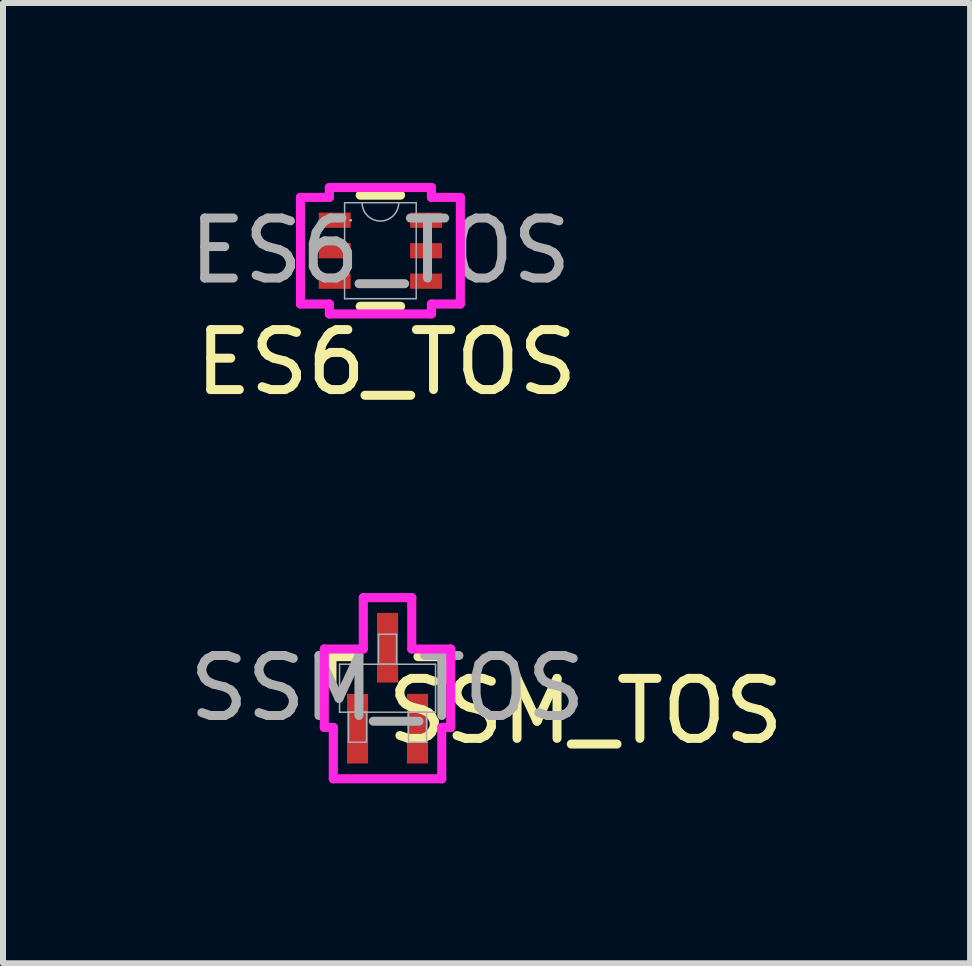
<source format=kicad_pcb>
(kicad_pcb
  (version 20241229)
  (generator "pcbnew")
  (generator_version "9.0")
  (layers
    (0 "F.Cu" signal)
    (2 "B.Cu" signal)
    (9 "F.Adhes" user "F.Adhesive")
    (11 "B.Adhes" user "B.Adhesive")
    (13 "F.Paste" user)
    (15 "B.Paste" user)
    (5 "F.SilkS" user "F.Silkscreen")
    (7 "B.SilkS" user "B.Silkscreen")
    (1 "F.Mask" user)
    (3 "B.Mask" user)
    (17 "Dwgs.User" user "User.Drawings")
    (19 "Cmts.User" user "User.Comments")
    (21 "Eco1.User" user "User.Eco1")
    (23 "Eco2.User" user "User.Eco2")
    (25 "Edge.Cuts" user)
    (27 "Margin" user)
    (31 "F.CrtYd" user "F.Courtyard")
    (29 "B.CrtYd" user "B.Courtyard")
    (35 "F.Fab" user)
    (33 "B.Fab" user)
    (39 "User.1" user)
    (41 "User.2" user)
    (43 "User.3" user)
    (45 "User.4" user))
  (footprint "ES6_TOS"
    (layer "F.Cu")
    (at 3.292 1.13)
    (property "Reference" "ES6_TOS" (at 0.1 1.86 0) (unlocked yes) (layer "F.SilkS") (effects (font (size 1 1) (thickness 0.15))))
    (attr smd)
    (fp_line (start -0.336 0.927) (end 0.336 0.927) (stroke (width 0.152) (type solid)) (layer "F.SilkS"))
    (fp_line (start 0.336 -0.927) (end -0.336 -0.927) (stroke (width 0.152) (type solid)) (layer "F.SilkS"))
    (fp_line (start -1.333 -0.889) (end -0.851 -0.889) (stroke (width 0.152) (type solid)) (layer "F.CrtYd"))
    (fp_line (start -1.333 0.889) (end -1.333 -0.889) (stroke (width 0.152) (type solid)) (layer "F.CrtYd"))
    (fp_line (start -0.851 -1.054) (end 0.851 -1.054) (stroke (width 0.152) (type solid)) (layer "F.CrtYd"))
    (fp_line (start -0.851 -0.889) (end -0.851 -1.054) (stroke (width 0.152) (type solid)) (layer "F.CrtYd"))
    (fp_line (start -0.851 0.889) (end -1.333 0.889) (stroke (width 0.152) (type solid)) (layer "F.CrtYd"))
    (fp_line (start -0.851 1.054) (end -0.851 0.889) (stroke (width 0.152) (type solid)) (layer "F.CrtYd"))
    (fp_line (start 0.851 -1.054) (end 0.851 -0.889) (stroke (width 0.152) (type solid)) (layer "F.CrtYd"))
    (fp_line (start 0.851 -0.889) (end 1.333 -0.889) (stroke (width 0.152) (type solid)) (layer "F.CrtYd"))
    (fp_line (start 0.851 0.889) (end 0.851 1.054) (stroke (width 0.152) (type solid)) (layer "F.CrtYd"))
    (fp_line (start 0.851 1.054) (end -0.851 1.054) (stroke (width 0.152) (type solid)) (layer "F.CrtYd"))
    (fp_line (start 1.333 -0.889) (end 1.333 0.889) (stroke (width 0.152) (type solid)) (layer "F.CrtYd"))
    (fp_line (start 1.333 0.889) (end 0.851 0.889) (stroke (width 0.152) (type solid)) (layer "F.CrtYd"))
    (fp_line (start -0.597 -0.8) (end -0.597 0.8) (stroke (width 0.025) (type solid)) (layer "F.Fab"))
    (fp_line (start -0.597 0.8) (end 0.597 0.8) (stroke (width 0.025) (type solid)) (layer "F.Fab"))
    (fp_line (start 0.597 -0.8) (end -0.597 -0.8) (stroke (width 0.025) (type solid)) (layer "F.Fab"))
    (fp_line (start 0.597 0.8) (end 0.597 -0.8) (stroke (width 0.025) (type solid)) (layer "F.Fab"))
    (fp_arc (start 0.3048 -0.8001) (mid 0 -0.4953) (end -0.3048 -0.8001) (stroke (width 0.0254) (type solid)) (layer "F.Fab"))
    (fp_circle (center -0.495 -0.508) (end -0.495 -0.508) (stroke (width 0.025) (type solid)) (fill no) (layer "F.Fab"))
    (fp_text user "${REFERENCE}" (at 0 0 0) (unlocked yes) (layer "F.Fab") (effects (font (size 1 1) (thickness 0.15))))
    (pad "1" smd rect (at -0.762 -0.508) (size 0.533 0.254) (layers "F.Cu" "F.Mask" "F.Paste"))
    (pad "2" smd rect (at -0.762 0) (size 0.533 0.254) (layers "F.Cu" "F.Mask" "F.Paste"))
    (pad "3" smd rect (at -0.762 0.508) (size 0.533 0.254) (layers "F.Cu" "F.Mask" "F.Paste"))
    (pad "4" smd rect (at 0.762 0.508) (size 0.533 0.254) (layers "F.Cu" "F.Mask" "F.Paste"))
    (pad "5" smd rect (at 0.762 0) (size 0.533 0.254) (layers "F.Cu" "F.Mask" "F.Paste"))
    (pad "6" smd rect (at 0.762 -0.508) (size 0.533 0.254) (layers "F.Cu" "F.Mask" "F.Paste")))
  (footprint "SSM_TOS"
    (layer "F.Cu")
    (at 3.411 8.424)
    (property "Reference" "SSM_TOS" (at 3.302 0.381 0) (unlocked yes) (layer "F.SilkS") (effects (font (size 1 1) (thickness 0.15))))
    (attr smd)
    (fp_line (start -0.927 -0.527) (end -0.927 -0.123) (stroke (width 0.152) (type solid)) (layer "F.SilkS"))
    (fp_line (start -0.508 -0.527) (end -0.927 -0.527) (stroke (width 0.152) (type solid)) (layer "F.SilkS"))
    (fp_line (start 0.927 -0.527) (end 0.508 -0.527) (stroke (width 0.152) (type solid)) (layer "F.SilkS"))
    (fp_line (start 0.927 -0.123) (end 0.927 -0.527) (stroke (width 0.152) (type solid)) (layer "F.SilkS"))
    (fp_line (start -1.054 -0.654) (end -0.404 -0.654) (stroke (width 0.152) (type solid)) (layer "F.CrtYd"))
    (fp_line (start -1.054 0.654) (end -1.054 -0.654) (stroke (width 0.152) (type solid)) (layer "F.CrtYd"))
    (fp_line (start -1.054 0.654) (end -0.904 0.654) (stroke (width 0.152) (type solid)) (layer "F.CrtYd"))
    (fp_line (start -0.904 0.654) (end -0.904 1.51) (stroke (width 0.152) (type solid)) (layer "F.CrtYd"))
    (fp_line (start -0.904 1.51) (end 0.904 1.51) (stroke (width 0.152) (type solid)) (layer "F.CrtYd"))
    (fp_line (start -0.404 -1.51) (end 0.404 -1.51) (stroke (width 0.152) (type solid)) (layer "F.CrtYd"))
    (fp_line (start -0.404 -0.654) (end -0.404 -1.51) (stroke (width 0.152) (type solid)) (layer "F.CrtYd"))
    (fp_line (start 0.404 -0.654) (end 0.404 -1.51) (stroke (width 0.152) (type solid)) (layer "F.CrtYd"))
    (fp_line (start 0.904 0.654) (end 0.904 1.51) (stroke (width 0.152) (type solid)) (layer "F.CrtYd"))
    (fp_line (start 1.054 -0.654) (end 0.404 -0.654) (stroke (width 0.152) (type solid)) (layer "F.CrtYd"))
    (fp_line (start 1.054 -0.654) (end 1.054 0.654) (stroke (width 0.152) (type solid)) (layer "F.CrtYd"))
    (fp_line (start 1.054 0.654) (end 0.904 0.654) (stroke (width 0.152) (type solid)) (layer "F.CrtYd"))
    (fp_line (start -0.8 -0.4) (end -0.8 0.4) (stroke (width 0.025) (type solid)) (layer "F.Fab"))
    (fp_line (start -0.8 0.4) (end 0.8 0.4) (stroke (width 0.025) (type solid)) (layer "F.Fab"))
    (fp_line (start -0.65 0.4) (end -0.65 0.9) (stroke (width 0.025) (type solid)) (layer "F.Fab"))
    (fp_line (start -0.65 0.9) (end -0.35 0.9) (stroke (width 0.025) (type solid)) (layer "F.Fab"))
    (fp_line (start -0.35 0.4) (end -0.65 0.4) (stroke (width 0.025) (type solid)) (layer "F.Fab"))
    (fp_line (start -0.35 0.9) (end -0.35 0.4) (stroke (width 0.025) (type solid)) (layer "F.Fab"))
    (fp_line (start -0.15 -0.9) (end -0.15 -0.4) (stroke (width 0.025) (type solid)) (layer "F.Fab"))
    (fp_line (start -0.15 -0.4) (end 0.15 -0.4) (stroke (width 0.025) (type solid)) (layer "F.Fab"))
    (fp_line (start 0.15 -0.9) (end -0.15 -0.9) (stroke (width 0.025) (type solid)) (layer "F.Fab"))
    (fp_line (start 0.15 -0.4) (end 0.15 -0.9) (stroke (width 0.025) (type solid)) (layer "F.Fab"))
    (fp_line (start 0.35 0.4) (end 0.35 0.9) (stroke (width 0.025) (type solid)) (layer "F.Fab"))
    (fp_line (start 0.35 0.9) (end 0.65 0.9) (stroke (width 0.025) (type solid)) (layer "F.Fab"))
    (fp_line (start 0.65 0.4) (end 0.35 0.4) (stroke (width 0.025) (type solid)) (layer "F.Fab"))
    (fp_line (start 0.65 0.9) (end 0.65 0.4) (stroke (width 0.025) (type solid)) (layer "F.Fab"))
    (fp_line (start 0.8 -0.4) (end -0.8 -0.4) (stroke (width 0.025) (type solid)) (layer "F.Fab"))
    (fp_line (start 0.8 0.4) (end 0.8 -0.4) (stroke (width 0.025) (type solid)) (layer "F.Fab"))
    (fp_circle (center -0.5 0.146) (end -0.5 0.146) (stroke (width 0.025) (type solid)) (fill no) (layer "F.Fab"))
    (fp_text user "${REFERENCE}" (at 0 0 0) (unlocked yes) (layer "F.Fab") (effects (font (size 1 1) (thickness 0.15))))
    (pad "1" smd rect (at -0.5 0.675) (size 0.351 1.161) (layers "F.Cu" "F.Mask" "F.Paste"))
    (pad "2" smd rect (at 0.5 0.675) (size 0.351 1.161) (layers "F.Cu" "F.Mask" "F.Paste"))
    (pad "3" smd rect (at 0 -0.675) (size 0.351 1.161) (layers "F.Cu" "F.Mask" "F.Paste")))
  (gr_rect
    (start -3 -3)
    (end 13.123 13.01)
    (stroke (width 0.1) (type default))
    (fill no)
    (layer "Edge.Cuts")))
</source>
